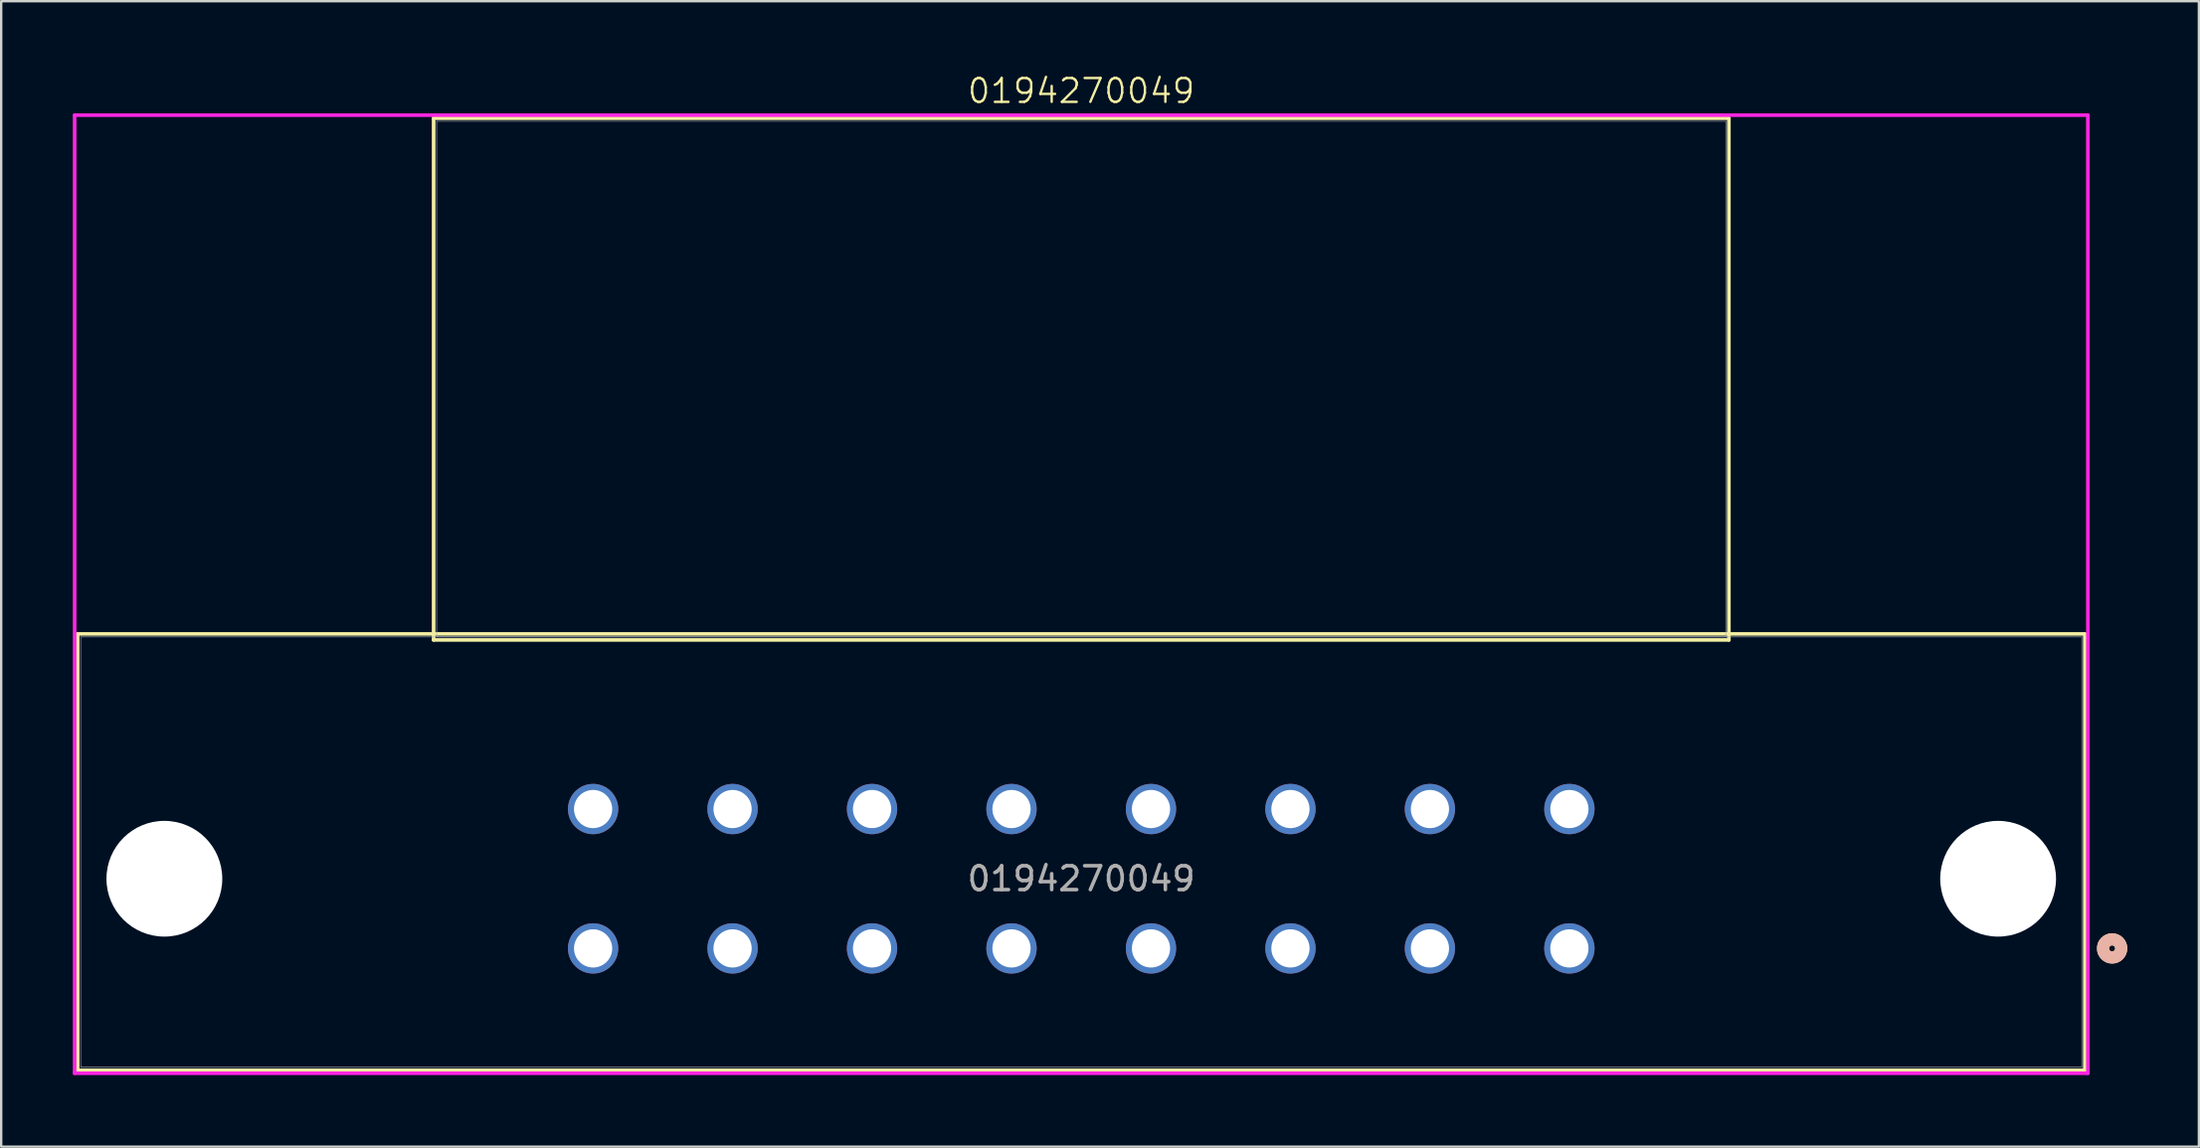
<source format=kicad_pcb>
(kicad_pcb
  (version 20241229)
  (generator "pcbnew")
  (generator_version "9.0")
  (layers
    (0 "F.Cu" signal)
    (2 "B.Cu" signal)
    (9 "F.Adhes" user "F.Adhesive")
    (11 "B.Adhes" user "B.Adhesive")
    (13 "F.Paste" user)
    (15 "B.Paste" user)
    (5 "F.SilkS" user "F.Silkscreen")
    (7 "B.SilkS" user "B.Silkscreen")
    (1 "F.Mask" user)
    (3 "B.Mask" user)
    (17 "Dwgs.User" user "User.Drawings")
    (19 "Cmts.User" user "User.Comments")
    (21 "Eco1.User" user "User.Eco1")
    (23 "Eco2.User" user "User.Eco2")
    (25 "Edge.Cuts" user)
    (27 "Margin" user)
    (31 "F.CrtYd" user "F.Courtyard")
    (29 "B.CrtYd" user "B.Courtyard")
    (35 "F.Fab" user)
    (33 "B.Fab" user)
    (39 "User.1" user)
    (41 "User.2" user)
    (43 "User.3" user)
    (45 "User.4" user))
  (footprint "0194270049"
    (layer "F.Cu")
    (at 42.24 33.781)
    (property "Reference" "0194270049" (at 0 -33.02 0) (unlocked yes) (layer "F.SilkS") (effects (font (size 1 1) (thickness 0.1))))
    (attr through_hole)
    (fp_line (start -42.037 -10.262) (end -42.037 8.026) (stroke (width 0.152) (type solid)) (layer "F.SilkS"))
    (fp_line (start -42.037 8.026) (end 42.037 8.026) (stroke (width 0.152) (type solid)) (layer "F.SilkS"))
    (fp_line (start -27.127 -31.877) (end -27.127 -10.008) (stroke (width 0.152) (type solid)) (layer "F.SilkS"))
    (fp_line (start -27.127 -10.008) (end 27.127 -10.008) (stroke (width 0.152) (type solid)) (layer "F.SilkS"))
    (fp_line (start 27.127 -31.877) (end -27.127 -31.877) (stroke (width 0.152) (type solid)) (layer "F.SilkS"))
    (fp_line (start 27.127 -10.008) (end 27.127 -31.877) (stroke (width 0.152) (type solid)) (layer "F.SilkS"))
    (fp_line (start 42.037 -10.262) (end -42.037 -10.262) (stroke (width 0.152) (type solid)) (layer "F.SilkS"))
    (fp_line (start 42.037 8.026) (end 42.037 -10.262) (stroke (width 0.152) (type solid)) (layer "F.SilkS"))
    (fp_circle (center 43.18 2.921) (end 43.561 2.921) (stroke (width 0.508) (type solid)) (fill no) (layer "F.SilkS"))
    (fp_circle (center 43.18 2.921) (end 43.561 2.921) (stroke (width 0.508) (type solid)) (fill no) (layer "B.SilkS"))
    (fp_line (start -42.164 -32.004) (end -42.164 8.153) (stroke (width 0.152) (type solid)) (layer "F.CrtYd"))
    (fp_line (start -42.164 8.153) (end 42.164 8.153) (stroke (width 0.152) (type solid)) (layer "F.CrtYd"))
    (fp_line (start 42.164 -32.004) (end -42.164 -32.004) (stroke (width 0.152) (type solid)) (layer "F.CrtYd"))
    (fp_line (start 42.164 8.153) (end 42.164 -32.004) (stroke (width 0.152) (type solid)) (layer "F.CrtYd"))
    (fp_line (start -41.91 -10.135) (end -41.91 7.899) (stroke (width 0.025) (type solid)) (layer "F.Fab"))
    (fp_line (start -41.91 7.899) (end 41.91 7.899) (stroke (width 0.025) (type solid)) (layer "F.Fab"))
    (fp_line (start -27 -31.75) (end -27 -10.135) (stroke (width 0.025) (type solid)) (layer "F.Fab"))
    (fp_line (start -27 -10.135) (end 27 -10.135) (stroke (width 0.025) (type solid)) (layer "F.Fab"))
    (fp_line (start 27 -31.75) (end -27 -31.75) (stroke (width 0.025) (type solid)) (layer "F.Fab"))
    (fp_line (start 27 -10.135) (end 27 -31.75) (stroke (width 0.025) (type solid)) (layer "F.Fab"))
    (fp_line (start 41.91 -10.135) (end -41.91 -10.135) (stroke (width 0.025) (type solid)) (layer "F.Fab"))
    (fp_line (start 41.91 7.899) (end 41.91 -10.135) (stroke (width 0.025) (type solid)) (layer "F.Fab"))
    (fp_circle (center 20.447 2.921) (end 20.828 2.921) (stroke (width 0.508) (type solid)) (fill no) (layer "F.Fab"))
    (fp_text user "${REFERENCE}" (at 0 0 0) (unlocked yes) (layer "F.Fab") (effects (font (size 1 1) (thickness 0.15))))
    (pad "" np_thru_hole circle (at -38.405 0) (size 4.851 4.851) (drill 4.851) (layers "*.Cu" "*.Mask"))
    (pad "" np_thru_hole circle (at 38.405 0) (size 4.851 4.851) (drill 4.851) (layers "*.Cu" "*.Mask"))
    (pad "1" thru_hole circle (at 20.447 2.921) (size 2.108 2.108) (drill 1.6) (layers "*.Cu" "*.Mask"))
    (pad "2" thru_hole circle (at 14.605 2.921) (size 2.108 2.108) (drill 1.6) (layers "*.Cu" "*.Mask"))
    (pad "3" thru_hole circle (at 8.763 2.921) (size 2.108 2.108) (drill 1.6) (layers "*.Cu" "*.Mask"))
    (pad "4" thru_hole circle (at 2.921 2.921) (size 2.108 2.108) (drill 1.6) (layers "*.Cu" "*.Mask"))
    (pad "5" thru_hole circle (at -2.921 2.921) (size 2.108 2.108) (drill 1.6) (layers "*.Cu" "*.Mask"))
    (pad "6" thru_hole circle (at -8.763 2.921) (size 2.108 2.108) (drill 1.6) (layers "*.Cu" "*.Mask"))
    (pad "7" thru_hole circle (at -14.605 2.921) (size 2.108 2.108) (drill 1.6) (layers "*.Cu" "*.Mask"))
    (pad "8" thru_hole circle (at -20.447 2.921) (size 2.108 2.108) (drill 1.6) (layers "*.Cu" "*.Mask"))
    (pad "9" thru_hole circle (at 20.447 -2.921) (size 2.108 2.108) (drill 1.6) (layers "*.Cu" "*.Mask"))
    (pad "10" thru_hole circle (at 14.605 -2.921) (size 2.108 2.108) (drill 1.6) (layers "*.Cu" "*.Mask"))
    (pad "11" thru_hole circle (at 8.763 -2.921) (size 2.108 2.108) (drill 1.6) (layers "*.Cu" "*.Mask"))
    (pad "12" thru_hole circle (at 2.921 -2.921) (size 2.108 2.108) (drill 1.6) (layers "*.Cu" "*.Mask"))
    (pad "13" thru_hole circle (at -2.921 -2.921) (size 2.108 2.108) (drill 1.6) (layers "*.Cu" "*.Mask"))
    (pad "14" thru_hole circle (at -8.763 -2.921) (size 2.108 2.108) (drill 1.6) (layers "*.Cu" "*.Mask"))
    (pad "15" thru_hole circle (at -14.605 -2.921) (size 2.108 2.108) (drill 1.6) (layers "*.Cu" "*.Mask"))
    (pad "16" thru_hole circle (at -20.447 -2.921) (size 2.108 2.108) (drill 1.6) (layers "*.Cu" "*.Mask")))
  (gr_rect
    (start -3 -3)
    (end 89.055 45.01)
    (stroke (width 0.1) (type default))
    (fill no)
    (layer "Edge.Cuts")))
</source>
